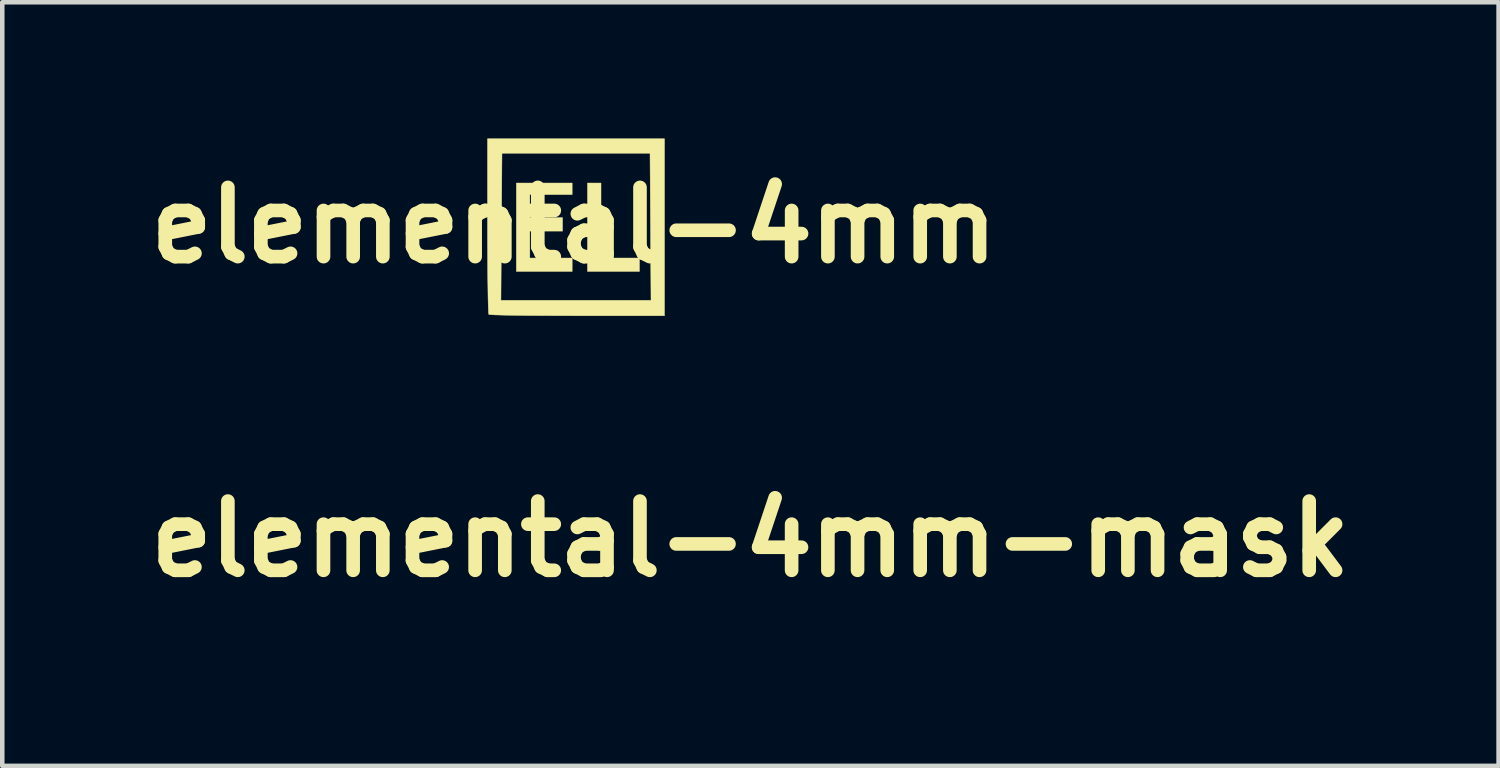
<source format=kicad_pcb>
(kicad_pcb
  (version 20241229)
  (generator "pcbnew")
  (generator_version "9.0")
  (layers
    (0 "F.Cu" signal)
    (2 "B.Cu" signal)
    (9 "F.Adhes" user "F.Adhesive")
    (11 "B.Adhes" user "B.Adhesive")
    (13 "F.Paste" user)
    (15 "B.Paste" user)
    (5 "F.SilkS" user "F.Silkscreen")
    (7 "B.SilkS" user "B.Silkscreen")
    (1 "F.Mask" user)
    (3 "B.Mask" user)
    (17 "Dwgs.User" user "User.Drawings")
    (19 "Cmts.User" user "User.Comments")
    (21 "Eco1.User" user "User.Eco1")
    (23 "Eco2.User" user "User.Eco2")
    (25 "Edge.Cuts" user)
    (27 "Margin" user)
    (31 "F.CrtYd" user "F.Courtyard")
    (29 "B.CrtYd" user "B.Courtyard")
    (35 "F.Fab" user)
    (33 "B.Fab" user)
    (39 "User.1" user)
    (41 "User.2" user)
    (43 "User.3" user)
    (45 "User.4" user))
  (footprint "elemental-4mm-mask"
    (layer "F.Cu")
    (at 13.469 8.815)
    (property "Reference" "elemental-4mm-mask" (at 0 0 0) (layer "F.SilkS") (effects (font (size 1.524 1.524) (thickness 0.3))))
    (attr through_hole)
    (fp_poly (pts (xy 0.593 0.72) (xy 1.439 0.72) (xy 1.439 1.016) (xy 0.296 1.016) (xy 0.296 -0.931) (xy 0.593 -0.931) (xy 0.593 0.72)) (stroke (width 0.01) (type solid)) (fill yes) (layer "F.Mask"))
    (fp_poly (pts (xy -0.042 -0.677) (xy -0.974 -0.677) (xy -0.974 -0.169) (xy -0.254 -0.169) (xy -0.254 0.127) (xy -0.974 0.127) (xy -0.974 0.72) (xy -0.042 0.72) (xy -0.042 1.016) (xy -1.27 1.016) (xy -1.27 -0.931) (xy -0.042 -0.931) (xy -0.042 -0.677)) (stroke (width 0.01) (type solid)) (fill yes) (layer "F.Mask"))
    (fp_poly (pts (xy 1.99 1.99) (xy 0.071 1.99) (xy -0.325 1.989) (xy -0.694 1.987) (xy -1.028 1.985) (xy -1.319 1.981) (xy -1.557 1.977) (xy -1.736 1.972) (xy -1.845 1.966) (xy -1.877 1.961) (xy -1.883 1.915) (xy -1.888 1.792) (xy -1.892 1.651) (xy -1.61 1.651) (xy 1.694 1.651) (xy 1.683 0.032) (xy 1.672 -1.587) (xy -1.587 -1.587) (xy -1.599 0.032) (xy -1.61 1.651) (xy -1.892 1.651) (xy -1.893 1.601) (xy -1.897 1.352) (xy -1.901 1.052) (xy -1.903 0.711) (xy -1.905 0.336) (xy -1.905 0.014) (xy -1.905 -1.905) (xy 1.99 -1.905) (xy 1.99 1.99)) (stroke (width 0.01) (type solid)) (fill yes) (layer "F.Mask")))
  (footprint "elemental-4mm"
    (layer "F.Cu")
    (at 9.587 1.91)
    (property "Reference" "elemental-4mm" (at 0 0 0) (layer "F.SilkS") (effects (font (size 1.524 1.524) (thickness 0.3))))
    (attr through_hole)
    (fp_poly (pts (xy 0.593 0.72) (xy 1.439 0.72) (xy 1.439 1.016) (xy 0.296 1.016) (xy 0.296 -0.931) (xy 0.593 -0.931) (xy 0.593 0.72)) (stroke (width 0.01) (type solid)) (fill yes) (layer "F.SilkS"))
    (fp_poly (pts (xy -0.042 -0.677) (xy -0.974 -0.677) (xy -0.974 -0.169) (xy -0.254 -0.169) (xy -0.254 0.127) (xy -0.974 0.127) (xy -0.974 0.72) (xy -0.042 0.72) (xy -0.042 1.016) (xy -1.27 1.016) (xy -1.27 -0.931) (xy -0.042 -0.931) (xy -0.042 -0.677)) (stroke (width 0.01) (type solid)) (fill yes) (layer "F.SilkS"))
    (fp_poly (pts (xy 1.99 1.99) (xy 0.071 1.99) (xy -0.325 1.989) (xy -0.694 1.987) (xy -1.028 1.985) (xy -1.319 1.981) (xy -1.557 1.977) (xy -1.736 1.972) (xy -1.845 1.966) (xy -1.877 1.961) (xy -1.883 1.915) (xy -1.888 1.792) (xy -1.892 1.651) (xy -1.61 1.651) (xy 1.694 1.651) (xy 1.683 0.032) (xy 1.672 -1.587) (xy -1.587 -1.587) (xy -1.599 0.032) (xy -1.61 1.651) (xy -1.892 1.651) (xy -1.893 1.601) (xy -1.897 1.352) (xy -1.901 1.052) (xy -1.903 0.711) (xy -1.905 0.336) (xy -1.905 0.014) (xy -1.905 -1.905) (xy 1.99 -1.905) (xy 1.99 1.99)) (stroke (width 0.01) (type solid)) (fill yes) (layer "F.SilkS")))
  (gr_rect
    (start -3 -3)
    (end 29.939 13.809)
    (stroke (width 0.1) (type default))
    (fill no)
    (layer "Edge.Cuts")))
</source>
